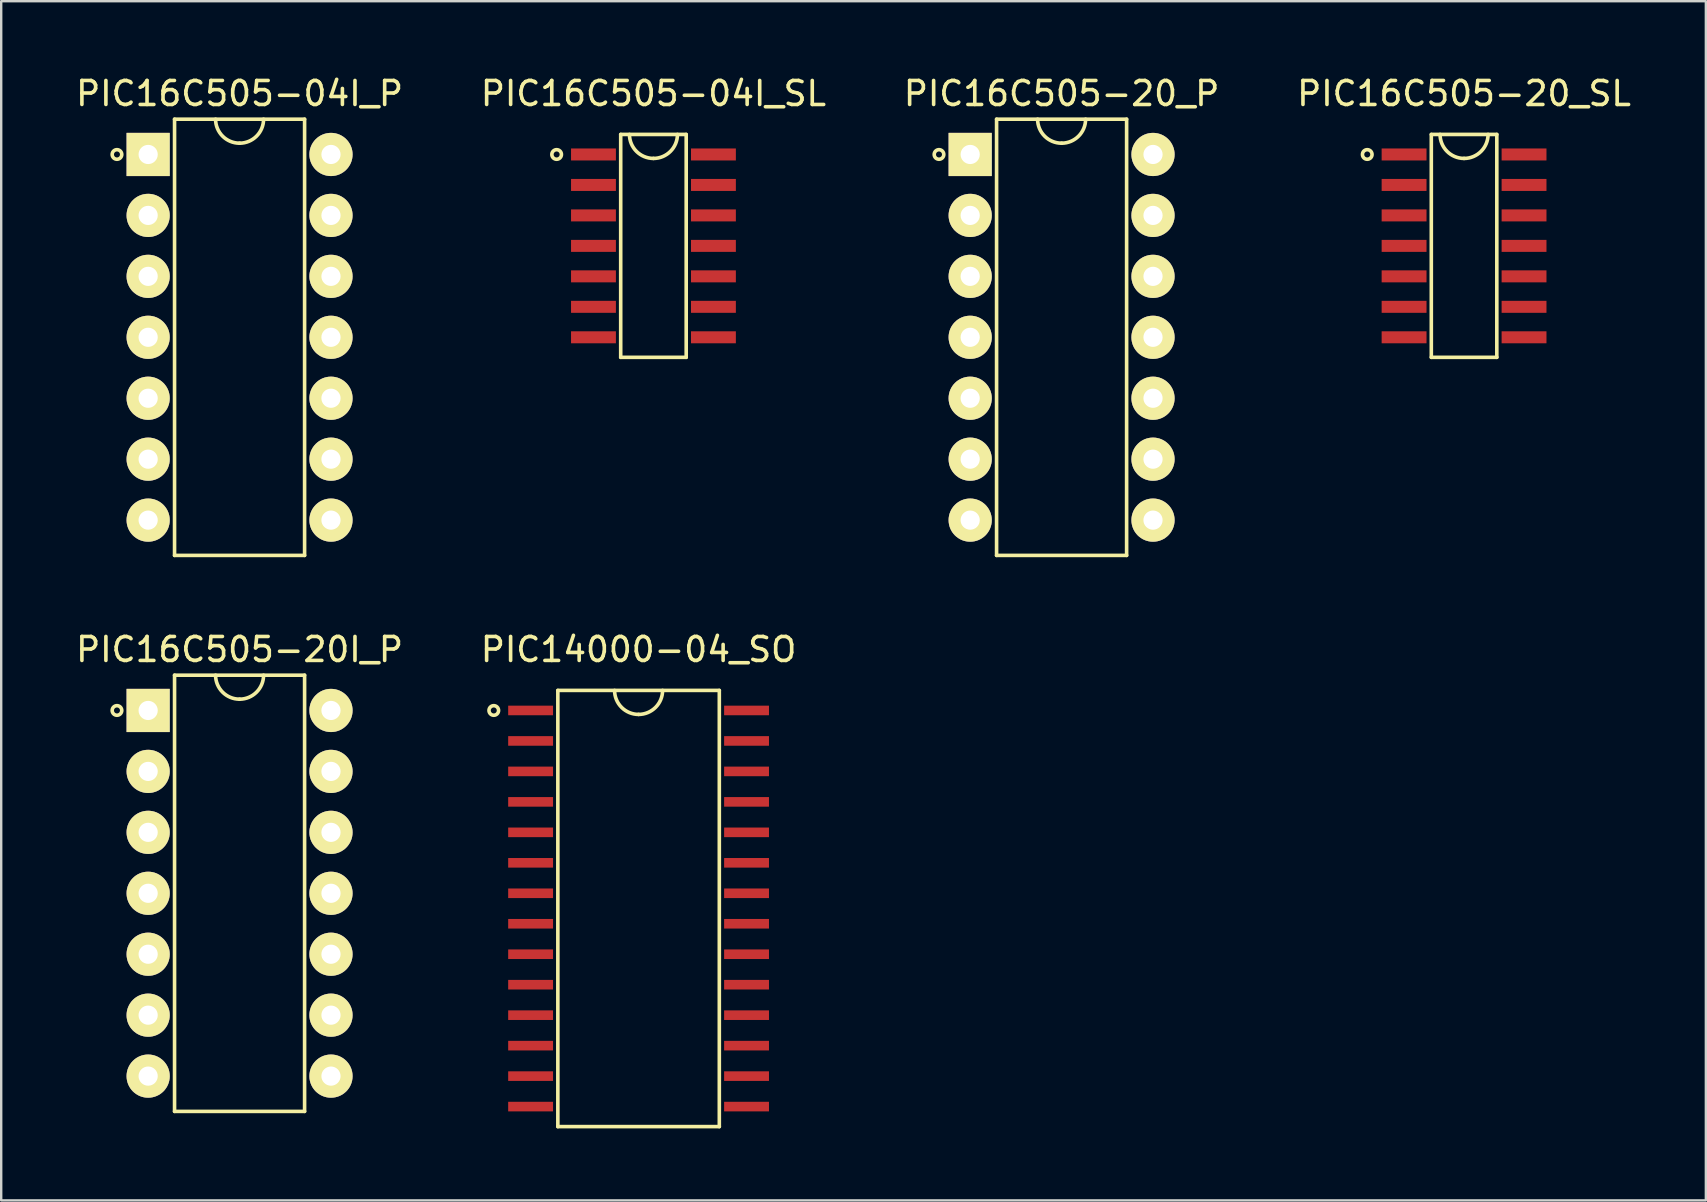
<source format=kicad_pcb>
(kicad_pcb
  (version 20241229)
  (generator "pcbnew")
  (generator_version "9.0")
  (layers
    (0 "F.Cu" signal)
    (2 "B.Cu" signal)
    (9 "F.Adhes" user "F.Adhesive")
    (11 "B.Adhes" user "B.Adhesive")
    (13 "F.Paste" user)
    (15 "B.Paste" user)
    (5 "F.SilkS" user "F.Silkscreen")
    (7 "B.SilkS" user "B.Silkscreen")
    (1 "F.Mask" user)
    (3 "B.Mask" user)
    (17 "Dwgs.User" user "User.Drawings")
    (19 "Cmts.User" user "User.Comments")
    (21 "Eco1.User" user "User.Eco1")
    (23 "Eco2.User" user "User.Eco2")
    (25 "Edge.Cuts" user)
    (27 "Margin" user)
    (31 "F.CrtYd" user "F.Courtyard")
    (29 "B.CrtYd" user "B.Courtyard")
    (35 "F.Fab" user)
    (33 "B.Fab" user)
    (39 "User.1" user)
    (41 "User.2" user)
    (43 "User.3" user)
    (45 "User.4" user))
  (footprint "PIC16C505-20_P"
    (layer "F.Cu")
    (at 37.386 3.388)
    (property "Reference" "PIC16C505-20_P" (at 3.81 -2.54 0) (layer "F.SilkS") (effects (font (size 1 1) (thickness 0.15))))
    (attr through_hole)
    (fp_line (start 1.1 -1.47) (end 6.52 -1.47) (stroke (width 0.15) (type solid)) (layer "F.SilkS"))
    (fp_line (start 1.1 16.71) (end 1.1 -1.47) (stroke (width 0.15) (type solid)) (layer "F.SilkS"))
    (fp_line (start 6.52 -1.47) (end 6.52 16.71) (stroke (width 0.15) (type solid)) (layer "F.SilkS"))
    (fp_line (start 6.52 16.71) (end 1.1 16.71) (stroke (width 0.15) (type solid)) (layer "F.SilkS"))
    (fp_arc (start 3.81 -0.47) (mid 3.102893 -0.762893) (end 2.81 -1.47) (stroke (width 0.15) (type solid)) (layer "F.SilkS"))
    (fp_arc (start 4.81 -1.47) (mid 4.517107 -0.762893) (end 3.81 -0.47) (stroke (width 0.15) (type solid)) (layer "F.SilkS"))
    (fp_circle (center -1.3 0) (end -1.3 0.2) (stroke (width 0.15) (type solid)) (fill no) (layer "F.SilkS"))
    (pad "1" thru_hole rect (at 0 0) (size 1.8 1.8) (drill 0.8) (layers "*.Cu" "*.Mask" "F.SilkS"))
    (pad "2" thru_hole circle (at 0 2.54) (size 1.8 1.8) (drill 0.8) (layers "*.Cu" "*.Mask" "F.SilkS"))
    (pad "3" thru_hole circle (at 0 5.08) (size 1.8 1.8) (drill 0.8) (layers "*.Cu" "*.Mask" "F.SilkS"))
    (pad "4" thru_hole circle (at 0 7.62) (size 1.8 1.8) (drill 0.8) (layers "*.Cu" "*.Mask" "F.SilkS"))
    (pad "5" thru_hole circle (at 0 10.16) (size 1.8 1.8) (drill 0.8) (layers "*.Cu" "*.Mask" "F.SilkS"))
    (pad "6" thru_hole circle (at 0 12.7) (size 1.8 1.8) (drill 0.8) (layers "*.Cu" "*.Mask" "F.SilkS"))
    (pad "7" thru_hole circle (at 0 15.24) (size 1.8 1.8) (drill 0.8) (layers "*.Cu" "*.Mask" "F.SilkS"))
    (pad "8" thru_hole circle (at 7.62 15.24) (size 1.8 1.8) (drill 0.8) (layers "*.Cu" "*.Mask" "F.SilkS"))
    (pad "9" thru_hole circle (at 7.62 12.7) (size 1.8 1.8) (drill 0.8) (layers "*.Cu" "*.Mask" "F.SilkS"))
    (pad "10" thru_hole circle (at 7.62 10.16) (size 1.8 1.8) (drill 0.8) (layers "*.Cu" "*.Mask" "F.SilkS"))
    (pad "11" thru_hole circle (at 7.62 7.62) (size 1.8 1.8) (drill 0.8) (layers "*.Cu" "*.Mask" "F.SilkS"))
    (pad "12" thru_hole circle (at 7.62 5.08) (size 1.8 1.8) (drill 0.8) (layers "*.Cu" "*.Mask" "F.SilkS"))
    (pad "13" thru_hole circle (at 7.62 2.54) (size 1.8 1.8) (drill 0.8) (layers "*.Cu" "*.Mask" "F.SilkS"))
    (pad "14" thru_hole circle (at 7.62 0) (size 1.8 1.8) (drill 0.8) (layers "*.Cu" "*.Mask" "F.SilkS")))
  (footprint "PIC16C505-20_SL"
    (layer "F.Cu")
    (at 55.47 3.388)
    (property "Reference" "PIC16C505-20_SL" (at 2.5 -2.54 0) (layer "F.SilkS") (effects (font (size 1 1) (thickness 0.15))))
    (attr through_hole)
    (fp_line (start 1.135 -0.835) (end 3.865 -0.835) (stroke (width 0.15) (type solid)) (layer "F.SilkS"))
    (fp_line (start 1.135 8.455) (end 1.135 -0.835) (stroke (width 0.15) (type solid)) (layer "F.SilkS"))
    (fp_line (start 3.865 -0.835) (end 3.865 8.455) (stroke (width 0.15) (type solid)) (layer "F.SilkS"))
    (fp_line (start 3.865 8.455) (end 1.135 8.455) (stroke (width 0.15) (type solid)) (layer "F.SilkS"))
    (fp_arc (start 2.5 0.165) (mid 1.792893 -0.127893) (end 1.5 -0.835) (stroke (width 0.15) (type solid)) (layer "F.SilkS"))
    (fp_arc (start 3.5 -0.835) (mid 3.207107 -0.127893) (end 2.5 0.165) (stroke (width 0.15) (type solid)) (layer "F.SilkS"))
    (fp_circle (center -1.535 0) (end -1.535 0.2) (stroke (width 0.15) (type solid)) (fill no) (layer "F.SilkS"))
    (pad "1" smd rect (at 0 0) (size 1.87 0.5) (layers "F.Cu" "F.Mask" "F.Paste"))
    (pad "2" smd rect (at 0 1.27) (size 1.87 0.5) (layers "F.Cu" "F.Mask" "F.Paste"))
    (pad "3" smd rect (at 0 2.54) (size 1.87 0.5) (layers "F.Cu" "F.Mask" "F.Paste"))
    (pad "4" smd rect (at 0 3.81) (size 1.87 0.5) (layers "F.Cu" "F.Mask" "F.Paste"))
    (pad "5" smd rect (at 0 5.08) (size 1.87 0.5) (layers "F.Cu" "F.Mask" "F.Paste"))
    (pad "6" smd rect (at 0 6.35) (size 1.87 0.5) (layers "F.Cu" "F.Mask" "F.Paste"))
    (pad "7" smd rect (at 0 7.62) (size 1.87 0.5) (layers "F.Cu" "F.Mask" "F.Paste"))
    (pad "8" smd rect (at 5 7.62) (size 1.87 0.5) (layers "F.Cu" "F.Mask" "F.Paste"))
    (pad "9" smd rect (at 5 6.35) (size 1.87 0.5) (layers "F.Cu" "F.Mask" "F.Paste"))
    (pad "10" smd rect (at 5 5.08) (size 1.87 0.5) (layers "F.Cu" "F.Mask" "F.Paste"))
    (pad "11" smd rect (at 5 3.81) (size 1.87 0.5) (layers "F.Cu" "F.Mask" "F.Paste"))
    (pad "12" smd rect (at 5 2.54) (size 1.87 0.5) (layers "F.Cu" "F.Mask" "F.Paste"))
    (pad "13" smd rect (at 5 1.27) (size 1.87 0.5) (layers "F.Cu" "F.Mask" "F.Paste"))
    (pad "14" smd rect (at 5 0) (size 1.87 0.5) (layers "F.Cu" "F.Mask" "F.Paste")))
  (footprint "PIC16C505-04I_P"
    (layer "F.Cu")
    (at 3.125 3.388)
    (property "Reference" "PIC16C505-04I_P" (at 3.81 -2.54 0) (layer "F.SilkS") (effects (font (size 1 1) (thickness 0.15))))
    (attr through_hole)
    (fp_line (start 1.1 -1.47) (end 6.52 -1.47) (stroke (width 0.15) (type solid)) (layer "F.SilkS"))
    (fp_line (start 1.1 16.71) (end 1.1 -1.47) (stroke (width 0.15) (type solid)) (layer "F.SilkS"))
    (fp_line (start 6.52 -1.47) (end 6.52 16.71) (stroke (width 0.15) (type solid)) (layer "F.SilkS"))
    (fp_line (start 6.52 16.71) (end 1.1 16.71) (stroke (width 0.15) (type solid)) (layer "F.SilkS"))
    (fp_arc (start 3.81 -0.47) (mid 3.102893 -0.762893) (end 2.81 -1.47) (stroke (width 0.15) (type solid)) (layer "F.SilkS"))
    (fp_arc (start 4.81 -1.47) (mid 4.517107 -0.762893) (end 3.81 -0.47) (stroke (width 0.15) (type solid)) (layer "F.SilkS"))
    (fp_circle (center -1.3 0) (end -1.3 0.2) (stroke (width 0.15) (type solid)) (fill no) (layer "F.SilkS"))
    (pad "1" thru_hole rect (at 0 0) (size 1.8 1.8) (drill 0.8) (layers "*.Cu" "*.Mask" "F.SilkS"))
    (pad "2" thru_hole circle (at 0 2.54) (size 1.8 1.8) (drill 0.8) (layers "*.Cu" "*.Mask" "F.SilkS"))
    (pad "3" thru_hole circle (at 0 5.08) (size 1.8 1.8) (drill 0.8) (layers "*.Cu" "*.Mask" "F.SilkS"))
    (pad "4" thru_hole circle (at 0 7.62) (size 1.8 1.8) (drill 0.8) (layers "*.Cu" "*.Mask" "F.SilkS"))
    (pad "5" thru_hole circle (at 0 10.16) (size 1.8 1.8) (drill 0.8) (layers "*.Cu" "*.Mask" "F.SilkS"))
    (pad "6" thru_hole circle (at 0 12.7) (size 1.8 1.8) (drill 0.8) (layers "*.Cu" "*.Mask" "F.SilkS"))
    (pad "7" thru_hole circle (at 0 15.24) (size 1.8 1.8) (drill 0.8) (layers "*.Cu" "*.Mask" "F.SilkS"))
    (pad "8" thru_hole circle (at 7.62 15.24) (size 1.8 1.8) (drill 0.8) (layers "*.Cu" "*.Mask" "F.SilkS"))
    (pad "9" thru_hole circle (at 7.62 12.7) (size 1.8 1.8) (drill 0.8) (layers "*.Cu" "*.Mask" "F.SilkS"))
    (pad "10" thru_hole circle (at 7.62 10.16) (size 1.8 1.8) (drill 0.8) (layers "*.Cu" "*.Mask" "F.SilkS"))
    (pad "11" thru_hole circle (at 7.62 7.62) (size 1.8 1.8) (drill 0.8) (layers "*.Cu" "*.Mask" "F.SilkS"))
    (pad "12" thru_hole circle (at 7.62 5.08) (size 1.8 1.8) (drill 0.8) (layers "*.Cu" "*.Mask" "F.SilkS"))
    (pad "13" thru_hole circle (at 7.62 2.54) (size 1.8 1.8) (drill 0.8) (layers "*.Cu" "*.Mask" "F.SilkS"))
    (pad "14" thru_hole circle (at 7.62 0) (size 1.8 1.8) (drill 0.8) (layers "*.Cu" "*.Mask" "F.SilkS")))
  (footprint "PIC16C505-04I_SL"
    (layer "F.Cu")
    (at 21.685 3.388)
    (property "Reference" "PIC16C505-04I_SL" (at 2.5 -2.54 0) (layer "F.SilkS") (effects (font (size 1 1) (thickness 0.15))))
    (attr through_hole)
    (fp_line (start 1.135 -0.835) (end 3.865 -0.835) (stroke (width 0.15) (type solid)) (layer "F.SilkS"))
    (fp_line (start 1.135 8.455) (end 1.135 -0.835) (stroke (width 0.15) (type solid)) (layer "F.SilkS"))
    (fp_line (start 3.865 -0.835) (end 3.865 8.455) (stroke (width 0.15) (type solid)) (layer "F.SilkS"))
    (fp_line (start 3.865 8.455) (end 1.135 8.455) (stroke (width 0.15) (type solid)) (layer "F.SilkS"))
    (fp_arc (start 2.5 0.165) (mid 1.792893 -0.127893) (end 1.5 -0.835) (stroke (width 0.15) (type solid)) (layer "F.SilkS"))
    (fp_arc (start 3.5 -0.835) (mid 3.207107 -0.127893) (end 2.5 0.165) (stroke (width 0.15) (type solid)) (layer "F.SilkS"))
    (fp_circle (center -1.535 0) (end -1.535 0.2) (stroke (width 0.15) (type solid)) (fill no) (layer "F.SilkS"))
    (pad "1" smd rect (at 0 0) (size 1.87 0.5) (layers "F.Cu" "F.Mask" "F.Paste"))
    (pad "2" smd rect (at 0 1.27) (size 1.87 0.5) (layers "F.Cu" "F.Mask" "F.Paste"))
    (pad "3" smd rect (at 0 2.54) (size 1.87 0.5) (layers "F.Cu" "F.Mask" "F.Paste"))
    (pad "4" smd rect (at 0 3.81) (size 1.87 0.5) (layers "F.Cu" "F.Mask" "F.Paste"))
    (pad "5" smd rect (at 0 5.08) (size 1.87 0.5) (layers "F.Cu" "F.Mask" "F.Paste"))
    (pad "6" smd rect (at 0 6.35) (size 1.87 0.5) (layers "F.Cu" "F.Mask" "F.Paste"))
    (pad "7" smd rect (at 0 7.62) (size 1.87 0.5) (layers "F.Cu" "F.Mask" "F.Paste"))
    (pad "8" smd rect (at 5 7.62) (size 1.87 0.5) (layers "F.Cu" "F.Mask" "F.Paste"))
    (pad "9" smd rect (at 5 6.35) (size 1.87 0.5) (layers "F.Cu" "F.Mask" "F.Paste"))
    (pad "10" smd rect (at 5 5.08) (size 1.87 0.5) (layers "F.Cu" "F.Mask" "F.Paste"))
    (pad "11" smd rect (at 5 3.81) (size 1.87 0.5) (layers "F.Cu" "F.Mask" "F.Paste"))
    (pad "12" smd rect (at 5 2.54) (size 1.87 0.5) (layers "F.Cu" "F.Mask" "F.Paste"))
    (pad "13" smd rect (at 5 1.27) (size 1.87 0.5) (layers "F.Cu" "F.Mask" "F.Paste"))
    (pad "14" smd rect (at 5 0) (size 1.87 0.5) (layers "F.Cu" "F.Mask" "F.Paste")))
  (footprint "PIC14000-04_SO"
    (layer "F.Cu")
    (at 19.065 26.561)
    (property "Reference" "PIC14000-04_SO" (at 4.5 -2.54 0) (layer "F.SilkS") (effects (font (size 1 1) (thickness 0.15))))
    (attr through_hole)
    (fp_line (start 1.135 -0.835) (end 7.865 -0.835) (stroke (width 0.15) (type solid)) (layer "F.SilkS"))
    (fp_line (start 1.135 17.345) (end 1.135 -0.835) (stroke (width 0.15) (type solid)) (layer "F.SilkS"))
    (fp_line (start 7.865 -0.835) (end 7.865 17.345) (stroke (width 0.15) (type solid)) (layer "F.SilkS"))
    (fp_line (start 7.865 17.345) (end 1.135 17.345) (stroke (width 0.15) (type solid)) (layer "F.SilkS"))
    (fp_arc (start 4.5 0.165) (mid 3.792893 -0.127893) (end 3.5 -0.835) (stroke (width 0.15) (type solid)) (layer "F.SilkS"))
    (fp_arc (start 5.5 -0.835) (mid 5.207107 -0.127893) (end 4.5 0.165) (stroke (width 0.15) (type solid)) (layer "F.SilkS"))
    (fp_circle (center -1.535 0) (end -1.535 0.2) (stroke (width 0.15) (type solid)) (fill no) (layer "F.SilkS"))
    (pad "1" smd rect (at 0 0) (size 1.87 0.4) (layers "F.Cu" "F.Mask" "F.Paste"))
    (pad "2" smd rect (at 0 1.27) (size 1.87 0.4) (layers "F.Cu" "F.Mask" "F.Paste"))
    (pad "3" smd rect (at 0 2.54) (size 1.87 0.4) (layers "F.Cu" "F.Mask" "F.Paste"))
    (pad "4" smd rect (at 0 3.81) (size 1.87 0.4) (layers "F.Cu" "F.Mask" "F.Paste"))
    (pad "5" smd rect (at 0 5.08) (size 1.87 0.4) (layers "F.Cu" "F.Mask" "F.Paste"))
    (pad "6" smd rect (at 0 6.35) (size 1.87 0.4) (layers "F.Cu" "F.Mask" "F.Paste"))
    (pad "7" smd rect (at 0 7.62) (size 1.87 0.4) (layers "F.Cu" "F.Mask" "F.Paste"))
    (pad "8" smd rect (at 0 8.89) (size 1.87 0.4) (layers "F.Cu" "F.Mask" "F.Paste"))
    (pad "9" smd rect (at 0 10.16) (size 1.87 0.4) (layers "F.Cu" "F.Mask" "F.Paste"))
    (pad "10" smd rect (at 0 11.43) (size 1.87 0.4) (layers "F.Cu" "F.Mask" "F.Paste"))
    (pad "11" smd rect (at 0 12.7) (size 1.87 0.4) (layers "F.Cu" "F.Mask" "F.Paste"))
    (pad "12" smd rect (at 0 13.97) (size 1.87 0.4) (layers "F.Cu" "F.Mask" "F.Paste"))
    (pad "13" smd rect (at 0 15.24) (size 1.87 0.4) (layers "F.Cu" "F.Mask" "F.Paste"))
    (pad "14" smd rect (at 0 16.51) (size 1.87 0.4) (layers "F.Cu" "F.Mask" "F.Paste"))
    (pad "15" smd rect (at 9 16.51) (size 1.87 0.4) (layers "F.Cu" "F.Mask" "F.Paste"))
    (pad "16" smd rect (at 9 15.24) (size 1.87 0.4) (layers "F.Cu" "F.Mask" "F.Paste"))
    (pad "17" smd rect (at 9 13.97) (size 1.87 0.4) (layers "F.Cu" "F.Mask" "F.Paste"))
    (pad "18" smd rect (at 9 12.7) (size 1.87 0.4) (layers "F.Cu" "F.Mask" "F.Paste"))
    (pad "19" smd rect (at 9 11.43) (size 1.87 0.4) (layers "F.Cu" "F.Mask" "F.Paste"))
    (pad "20" smd rect (at 9 10.16) (size 1.87 0.4) (layers "F.Cu" "F.Mask" "F.Paste"))
    (pad "21" smd rect (at 9 8.89) (size 1.87 0.4) (layers "F.Cu" "F.Mask" "F.Paste"))
    (pad "22" smd rect (at 9 7.62) (size 1.87 0.4) (layers "F.Cu" "F.Mask" "F.Paste"))
    (pad "23" smd rect (at 9 6.35) (size 1.87 0.4) (layers "F.Cu" "F.Mask" "F.Paste"))
    (pad "24" smd rect (at 9 5.08) (size 1.87 0.4) (layers "F.Cu" "F.Mask" "F.Paste"))
    (pad "25" smd rect (at 9 3.81) (size 1.87 0.4) (layers "F.Cu" "F.Mask" "F.Paste"))
    (pad "26" smd rect (at 9 2.54) (size 1.87 0.4) (layers "F.Cu" "F.Mask" "F.Paste"))
    (pad "27" smd rect (at 9 1.27) (size 1.87 0.4) (layers "F.Cu" "F.Mask" "F.Paste"))
    (pad "28" smd rect (at 9 0) (size 1.87 0.4) (layers "F.Cu" "F.Mask" "F.Paste")))
  (footprint "PIC16C505-20I_P"
    (layer "F.Cu")
    (at 3.125 26.561)
    (property "Reference" "PIC16C505-20I_P" (at 3.81 -2.54 0) (layer "F.SilkS") (effects (font (size 1 1) (thickness 0.15))))
    (attr through_hole)
    (fp_line (start 1.1 -1.47) (end 6.52 -1.47) (stroke (width 0.15) (type solid)) (layer "F.SilkS"))
    (fp_line (start 1.1 16.71) (end 1.1 -1.47) (stroke (width 0.15) (type solid)) (layer "F.SilkS"))
    (fp_line (start 6.52 -1.47) (end 6.52 16.71) (stroke (width 0.15) (type solid)) (layer "F.SilkS"))
    (fp_line (start 6.52 16.71) (end 1.1 16.71) (stroke (width 0.15) (type solid)) (layer "F.SilkS"))
    (fp_arc (start 3.81 -0.47) (mid 3.102893 -0.762893) (end 2.81 -1.47) (stroke (width 0.15) (type solid)) (layer "F.SilkS"))
    (fp_arc (start 4.81 -1.47) (mid 4.517107 -0.762893) (end 3.81 -0.47) (stroke (width 0.15) (type solid)) (layer "F.SilkS"))
    (fp_circle (center -1.3 0) (end -1.3 0.2) (stroke (width 0.15) (type solid)) (fill no) (layer "F.SilkS"))
    (pad "1" thru_hole rect (at 0 0) (size 1.8 1.8) (drill 0.8) (layers "*.Cu" "*.Mask" "F.SilkS"))
    (pad "2" thru_hole circle (at 0 2.54) (size 1.8 1.8) (drill 0.8) (layers "*.Cu" "*.Mask" "F.SilkS"))
    (pad "3" thru_hole circle (at 0 5.08) (size 1.8 1.8) (drill 0.8) (layers "*.Cu" "*.Mask" "F.SilkS"))
    (pad "4" thru_hole circle (at 0 7.62) (size 1.8 1.8) (drill 0.8) (layers "*.Cu" "*.Mask" "F.SilkS"))
    (pad "5" thru_hole circle (at 0 10.16) (size 1.8 1.8) (drill 0.8) (layers "*.Cu" "*.Mask" "F.SilkS"))
    (pad "6" thru_hole circle (at 0 12.7) (size 1.8 1.8) (drill 0.8) (layers "*.Cu" "*.Mask" "F.SilkS"))
    (pad "7" thru_hole circle (at 0 15.24) (size 1.8 1.8) (drill 0.8) (layers "*.Cu" "*.Mask" "F.SilkS"))
    (pad "8" thru_hole circle (at 7.62 15.24) (size 1.8 1.8) (drill 0.8) (layers "*.Cu" "*.Mask" "F.SilkS"))
    (pad "9" thru_hole circle (at 7.62 12.7) (size 1.8 1.8) (drill 0.8) (layers "*.Cu" "*.Mask" "F.SilkS"))
    (pad "10" thru_hole circle (at 7.62 10.16) (size 1.8 1.8) (drill 0.8) (layers "*.Cu" "*.Mask" "F.SilkS"))
    (pad "11" thru_hole circle (at 7.62 7.62) (size 1.8 1.8) (drill 0.8) (layers "*.Cu" "*.Mask" "F.SilkS"))
    (pad "12" thru_hole circle (at 7.62 5.08) (size 1.8 1.8) (drill 0.8) (layers "*.Cu" "*.Mask" "F.SilkS"))
    (pad "13" thru_hole circle (at 7.62 2.54) (size 1.8 1.8) (drill 0.8) (layers "*.Cu" "*.Mask" "F.SilkS"))
    (pad "14" thru_hole circle (at 7.62 0) (size 1.8 1.8) (drill 0.8) (layers "*.Cu" "*.Mask" "F.SilkS")))
  (gr_rect
    (start -3 -3)
    (end 68.048 46.981)
    (stroke (width 0.1) (type default))
    (fill no)
    (layer "Edge.Cuts")))
</source>
